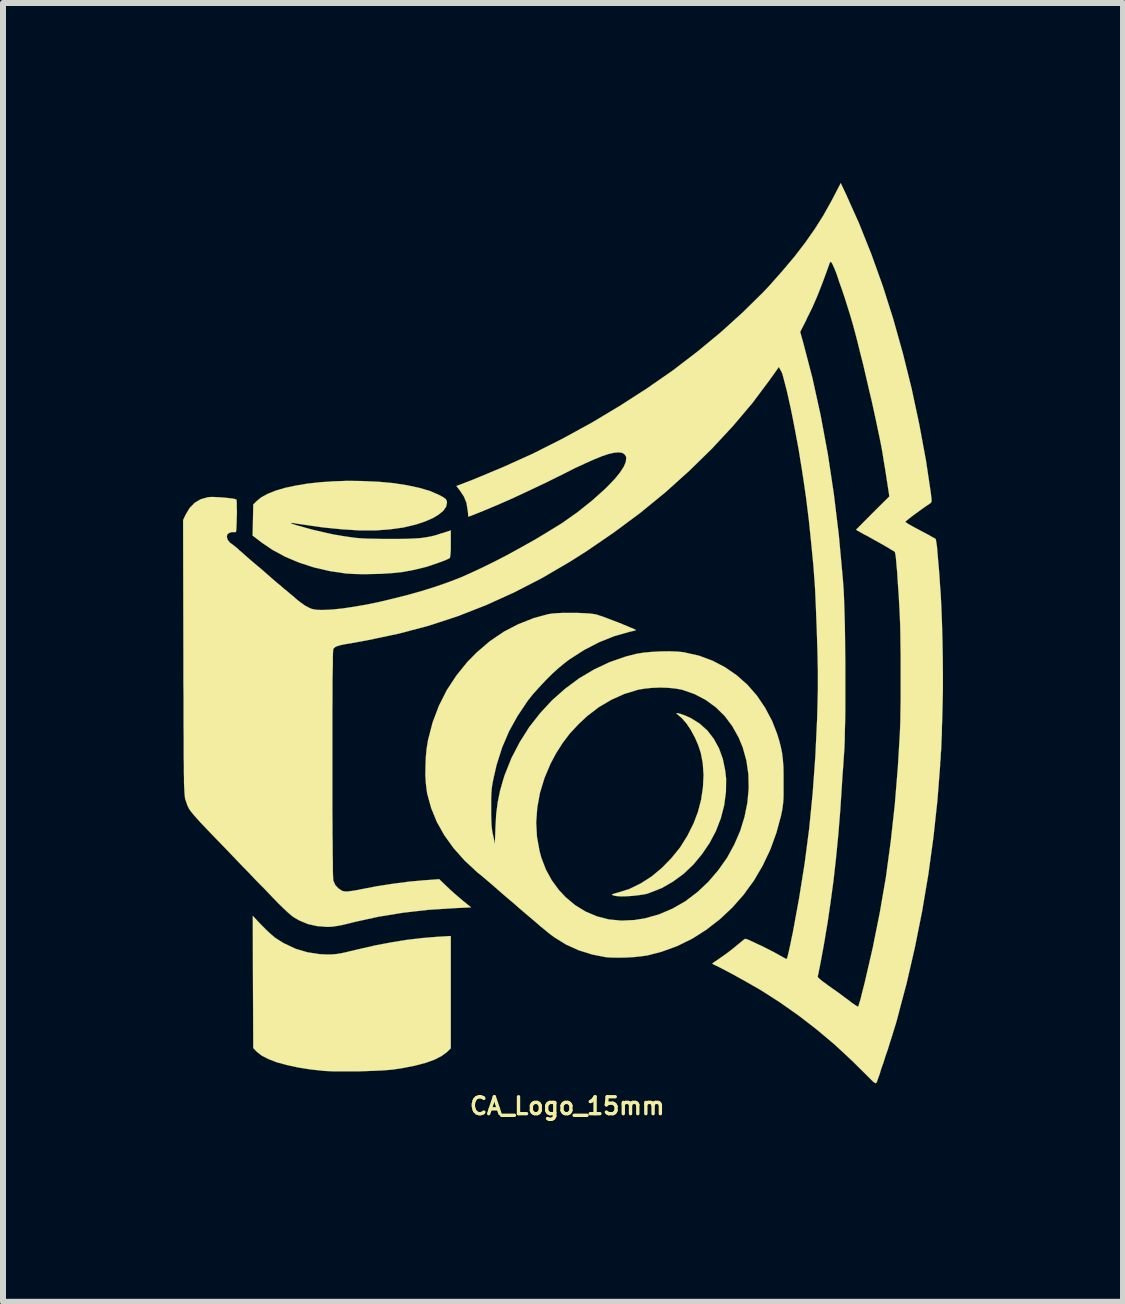
<source format=kicad_pcb>
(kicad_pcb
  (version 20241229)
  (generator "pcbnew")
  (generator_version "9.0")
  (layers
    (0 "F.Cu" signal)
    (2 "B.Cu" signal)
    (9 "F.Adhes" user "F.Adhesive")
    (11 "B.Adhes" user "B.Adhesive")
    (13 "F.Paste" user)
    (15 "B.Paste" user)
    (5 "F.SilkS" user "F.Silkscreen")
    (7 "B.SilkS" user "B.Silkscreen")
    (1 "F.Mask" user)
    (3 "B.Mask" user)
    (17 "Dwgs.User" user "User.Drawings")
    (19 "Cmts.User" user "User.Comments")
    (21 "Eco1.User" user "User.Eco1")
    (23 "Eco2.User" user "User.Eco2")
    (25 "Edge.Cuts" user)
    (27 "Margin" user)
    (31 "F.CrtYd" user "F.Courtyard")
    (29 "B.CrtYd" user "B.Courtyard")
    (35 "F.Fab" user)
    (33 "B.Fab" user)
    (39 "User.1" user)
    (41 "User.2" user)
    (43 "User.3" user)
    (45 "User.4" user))
  (footprint "CA_Logo_15mm"
    (layer "F.Cu")
    (at 6.402 7.469)
    (property "Reference" "CA_Logo_15mm" (at 0 7.91 0) (layer "F.SilkS") (effects (font (size 0.282 0.282) (thickness 0.056))))
    (attr through_hole)
    (fp_poly (pts (xy -1.941 6.949) (xy -2.004 7.01) (xy -2.093 7.076) (xy -2.212 7.137) (xy -2.362 7.191) (xy -2.545 7.239) (xy -2.756 7.28) (xy -2.911 7.303) (xy -2.99 7.31) (xy -3.094 7.318) (xy -3.218 7.323) (xy -3.353 7.328) (xy -3.493 7.333) (xy -3.635 7.333) (xy -3.769 7.333) (xy -3.889 7.333) (xy -3.99 7.328) (xy -4.049 7.325) (xy -4.28 7.3) (xy -4.488 7.267) (xy -4.676 7.226) (xy -4.841 7.181) (xy -4.981 7.127) (xy -5.093 7.069) (xy -5.174 7.005) (xy -5.179 7) (xy -5.232 6.944) (xy -5.237 5.845) (xy -5.24 4.742) (xy -5.103 4.887) (xy -5.014 4.976) (xy -4.938 5.047) (xy -4.869 5.105) (xy -4.798 5.151) (xy -4.724 5.197) (xy -4.719 5.199) (xy -4.524 5.291) (xy -4.326 5.349) (xy -4.122 5.38) (xy -4 5.385) (xy -3.947 5.385) (xy -3.894 5.382) (xy -3.841 5.377) (xy -3.78 5.367) (xy -3.706 5.352) (xy -3.612 5.329) (xy -3.493 5.301) (xy -3.48 5.298) (xy -3.193 5.232) (xy -2.926 5.182) (xy -2.672 5.141) (xy -2.418 5.111) (xy -2.162 5.09) (xy -2.126 5.088) (xy -1.941 5.077) (xy -1.941 6.015) (xy -1.941 6.949)) (stroke (width 0.003) (type solid)) (fill yes) (layer "F.SilkS"))
    (fp_poly (pts (xy 2.647 2.456) (xy 2.644 2.677) (xy 2.614 2.901) (xy 2.558 3.117) (xy 2.477 3.327) (xy 2.372 3.526) (xy 2.245 3.713) (xy 2.103 3.884) (xy 1.941 4.039) (xy 1.765 4.168) (xy 1.577 4.277) (xy 1.377 4.356) (xy 1.326 4.374) (xy 1.26 4.387) (xy 1.173 4.399) (xy 1.079 4.409) (xy 0.983 4.415) (xy 0.897 4.417) (xy 0.828 4.412) (xy 0.805 4.409) (xy 0.762 4.399) (xy 0.744 4.389) (xy 0.757 4.379) (xy 0.798 4.366) (xy 0.843 4.354) (xy 1.036 4.293) (xy 1.224 4.201) (xy 1.407 4.084) (xy 1.577 3.942) (xy 1.735 3.78) (xy 1.88 3.602) (xy 2.002 3.406) (xy 2.106 3.198) (xy 2.177 3.01) (xy 2.23 2.807) (xy 2.261 2.598) (xy 2.271 2.395) (xy 2.258 2.2) (xy 2.225 2.027) (xy 2.182 1.897) (xy 2.126 1.768) (xy 2.06 1.646) (xy 1.989 1.539) (xy 1.915 1.453) (xy 1.869 1.412) (xy 1.836 1.384) (xy 1.819 1.367) (xy 1.819 1.364) (xy 1.836 1.364) (xy 1.88 1.374) (xy 1.933 1.392) (xy 1.994 1.417) (xy 2.052 1.443) (xy 2.062 1.448) (xy 2.207 1.539) (xy 2.334 1.653) (xy 2.441 1.791) (xy 2.527 1.948) (xy 2.591 2.123) (xy 2.631 2.317) (xy 2.647 2.456)) (stroke (width 0.003) (type solid)) (fill yes) (layer "F.SilkS"))
    (fp_poly (pts (xy -1.941 -1.458) (xy -1.941 -1.359) (xy -1.946 -1.288) (xy -1.951 -1.242) (xy -1.958 -1.219) (xy -1.961 -1.219) (xy -1.989 -1.204) (xy -2.04 -1.181) (xy -2.108 -1.156) (xy -2.187 -1.128) (xy -2.268 -1.1) (xy -2.347 -1.074) (xy -2.416 -1.057) (xy -2.581 -1.018) (xy -2.746 -0.988) (xy -2.916 -0.97) (xy -3.099 -0.958) (xy -3.228 -0.955) (xy -3.335 -0.953) (xy -3.444 -0.953) (xy -3.543 -0.955) (xy -3.63 -0.96) (xy -3.686 -0.963) (xy -3.955 -1.003) (xy -4.219 -1.064) (xy -4.468 -1.145) (xy -4.699 -1.242) (xy -4.91 -1.356) (xy -5.09 -1.478) (xy -5.243 -1.595) (xy -5.237 -1.854) (xy -5.232 -2.113) (xy -5.176 -2.169) (xy -5.098 -2.233) (xy -4.991 -2.291) (xy -4.859 -2.344) (xy -4.702 -2.39) (xy -4.524 -2.428) (xy -4.328 -2.461) (xy -4.117 -2.484) (xy -3.894 -2.499) (xy -3.66 -2.507) (xy -3.424 -2.504) (xy -3.15 -2.492) (xy -2.896 -2.469) (xy -2.667 -2.433) (xy -2.466 -2.39) (xy -2.291 -2.339) (xy -2.144 -2.276) (xy -2.068 -2.235) (xy -2.027 -2.205) (xy -2.009 -2.177) (xy -2.004 -2.144) (xy -2.019 -2.075) (xy -2.065 -2.009) (xy -2.141 -1.946) (xy -2.243 -1.885) (xy -2.372 -1.829) (xy -2.525 -1.778) (xy -2.527 -1.778) (xy -2.728 -1.73) (xy -2.951 -1.699) (xy -3.193 -1.681) (xy -3.459 -1.681) (xy -3.747 -1.699) (xy -4.061 -1.73) (xy -4.399 -1.778) (xy -4.468 -1.788) (xy -4.529 -1.798) (xy -4.577 -1.806) (xy -4.603 -1.806) (xy -4.608 -1.806) (xy -4.597 -1.798) (xy -4.562 -1.783) (xy -4.503 -1.765) (xy -4.43 -1.745) (xy -4.343 -1.72) (xy -4.249 -1.694) (xy -4.15 -1.671) (xy -4.054 -1.649) (xy -3.96 -1.628) (xy -3.879 -1.61) (xy -3.843 -1.605) (xy -3.726 -1.585) (xy -3.622 -1.57) (xy -3.528 -1.557) (xy -3.432 -1.549) (xy -3.33 -1.544) (xy -3.213 -1.542) (xy -3.081 -1.539) (xy -2.951 -1.539) (xy -2.789 -1.539) (xy -2.652 -1.542) (xy -2.535 -1.547) (xy -2.436 -1.554) (xy -2.349 -1.567) (xy -2.266 -1.582) (xy -2.184 -1.603) (xy -2.101 -1.631) (xy -2.073 -1.638) (xy -1.941 -1.681) (xy -1.941 -1.458)) (stroke (width 0.003) (type solid)) (fill yes) (layer "F.SilkS"))
    (fp_poly (pts (xy 3.604 2.629) (xy 3.604 2.723) (xy 3.602 2.799) (xy 3.597 2.863) (xy 3.589 2.921) (xy 3.581 2.979) (xy 3.566 3.046) (xy 3.564 3.063) (xy 3.485 3.355) (xy 3.383 3.637) (xy 3.256 3.904) (xy 3.109 4.155) (xy 3.023 4.272) (xy 3.023 2.616) (xy 3.018 2.382) (xy 2.985 2.154) (xy 2.924 1.935) (xy 2.857 1.773) (xy 2.751 1.582) (xy 2.624 1.412) (xy 2.474 1.265) (xy 2.306 1.143) (xy 2.121 1.046) (xy 1.918 0.975) (xy 1.814 0.955) (xy 1.689 0.942) (xy 1.552 0.937) (xy 1.415 0.942) (xy 1.288 0.955) (xy 1.181 0.973) (xy 0.95 1.044) (xy 0.734 1.141) (xy 0.528 1.262) (xy 0.335 1.41) (xy 0.188 1.547) (xy 0.043 1.702) (xy -0.076 1.859) (xy -0.185 2.03) (xy -0.277 2.202) (xy -0.379 2.443) (xy -0.455 2.692) (xy -0.5 2.939) (xy -0.518 3.183) (xy -0.505 3.424) (xy -0.462 3.66) (xy -0.432 3.772) (xy -0.356 3.97) (xy -0.259 4.148) (xy -0.14 4.31) (xy -0.028 4.43) (xy 0.132 4.564) (xy 0.307 4.671) (xy 0.495 4.75) (xy 0.693 4.801) (xy 0.902 4.821) (xy 1.118 4.811) (xy 1.293 4.783) (xy 1.529 4.717) (xy 1.755 4.62) (xy 1.971 4.496) (xy 2.174 4.341) (xy 2.349 4.176) (xy 2.517 3.98) (xy 2.664 3.772) (xy 2.784 3.551) (xy 2.883 3.322) (xy 2.954 3.091) (xy 3.002 2.852) (xy 3.023 2.616) (xy 3.023 4.272) (xy 2.939 4.389) (xy 2.748 4.605) (xy 2.542 4.798) (xy 2.319 4.971) (xy 2.083 5.121) (xy 1.831 5.245) (xy 1.572 5.339) (xy 1.339 5.4) (xy 1.234 5.415) (xy 1.113 5.428) (xy 0.98 5.436) (xy 0.853 5.438) (xy 0.734 5.436) (xy 0.65 5.431) (xy 0.414 5.385) (xy 0.188 5.314) (xy -0.025 5.217) (xy -0.221 5.095) (xy -0.292 5.042) (xy -0.32 5.019) (xy -0.345 4.999) (xy -0.373 4.976) (xy -0.404 4.95) (xy -0.439 4.923) (xy -0.483 4.884) (xy -0.538 4.836) (xy -0.607 4.778) (xy -0.691 4.707) (xy -0.795 4.618) (xy -0.917 4.511) (xy -0.96 4.476) (xy -1.064 4.387) (xy -1.166 4.298) (xy -1.262 4.214) (xy -1.351 4.138) (xy -1.427 4.074) (xy -1.486 4.026) (xy -1.499 4.016) (xy -1.712 3.818) (xy -1.895 3.612) (xy -2.05 3.396) (xy -2.174 3.175) (xy -2.268 2.944) (xy -2.334 2.705) (xy -2.344 2.636) (xy -2.357 2.525) (xy -2.365 2.393) (xy -2.362 2.248) (xy -2.357 2.101) (xy -2.344 1.961) (xy -2.324 1.836) (xy -2.319 1.808) (xy -2.243 1.516) (xy -2.139 1.242) (xy -2.009 0.983) (xy -1.849 0.739) (xy -1.664 0.51) (xy -1.506 0.35) (xy -1.29 0.165) (xy -1.059 0.008) (xy -0.815 -0.119) (xy -0.556 -0.221) (xy -0.323 -0.284) (xy -0.257 -0.295) (xy -0.17 -0.302) (xy -0.066 -0.307) (xy 0.046 -0.307) (xy 0.16 -0.307) (xy 0.269 -0.302) (xy 0.368 -0.297) (xy 0.447 -0.287) (xy 0.488 -0.279) (xy 0.531 -0.264) (xy 0.594 -0.244) (xy 0.668 -0.216) (xy 0.749 -0.185) (xy 0.836 -0.152) (xy 0.919 -0.119) (xy 0.998 -0.086) (xy 1.064 -0.058) (xy 1.113 -0.038) (xy 1.141 -0.023) (xy 1.145 -0.02) (xy 1.128 -0.013) (xy 1.087 -0.003) (xy 1.039 0.008) (xy 0.782 0.081) (xy 0.528 0.183) (xy 0.279 0.312) (xy 0.038 0.467) (xy -0.036 0.523) (xy -0.137 0.605) (xy -0.249 0.706) (xy -0.363 0.82) (xy -0.475 0.94) (xy -0.577 1.054) (xy -0.658 1.156) (xy -0.828 1.41) (xy -0.97 1.666) (xy -1.085 1.935) (xy -1.176 2.22) (xy -1.224 2.428) (xy -1.24 2.504) (xy -1.252 2.571) (xy -1.26 2.636) (xy -1.265 2.71) (xy -1.268 2.796) (xy -1.268 2.903) (xy -1.268 2.936) (xy -1.268 3.056) (xy -1.265 3.152) (xy -1.262 3.228) (xy -1.255 3.297) (xy -1.245 3.36) (xy -1.237 3.393) (xy -1.206 3.543) (xy -1.196 3.259) (xy -1.184 3.043) (xy -1.158 2.845) (xy -1.12 2.657) (xy -1.064 2.461) (xy -1.041 2.39) (xy -0.93 2.113) (xy -0.792 1.847) (xy -0.635 1.598) (xy -0.452 1.364) (xy -0.252 1.148) (xy -0.033 0.955) (xy 0.196 0.785) (xy 0.445 0.637) (xy 0.701 0.516) (xy 0.97 0.422) (xy 1.148 0.376) (xy 1.268 0.356) (xy 1.407 0.343) (xy 1.554 0.335) (xy 1.702 0.333) (xy 1.836 0.338) (xy 1.953 0.35) (xy 1.958 0.353) (xy 2.195 0.406) (xy 2.421 0.49) (xy 2.629 0.599) (xy 2.825 0.734) (xy 3.002 0.891) (xy 3.16 1.072) (xy 3.297 1.275) (xy 3.414 1.496) (xy 3.495 1.704) (xy 3.531 1.819) (xy 3.558 1.925) (xy 3.579 2.027) (xy 3.592 2.136) (xy 3.602 2.256) (xy 3.604 2.395) (xy 3.604 2.51) (xy 3.604 2.629)) (stroke (width 0.003) (type solid)) (fill yes) (layer "F.SilkS"))
    (fp_poly (pts (xy 6.259 0.693) (xy 6.259 0.973) (xy 6.253 1.237) (xy 6.251 1.318) (xy 6.248 1.455) (xy 6.243 1.585) (xy 6.241 1.707) (xy 6.236 1.811) (xy 6.233 1.897) (xy 6.231 1.958) (xy 6.228 1.994) (xy 6.228 1.996) (xy 6.223 2.047) (xy 6.221 2.118) (xy 6.213 2.197) (xy 6.213 2.233) (xy 6.167 2.825) (xy 6.101 3.432) (xy 6.017 4.046) (xy 5.913 4.663) (xy 5.791 5.273) (xy 5.654 5.867) (xy 5.555 6.238) (xy 5.555 0.775) (xy 5.555 0.582) (xy 5.555 0.391) (xy 5.552 0.208) (xy 5.55 0.041) (xy 5.547 -0.104) (xy 5.542 -0.231) (xy 5.54 -0.274) (xy 5.532 -0.429) (xy 5.524 -0.582) (xy 5.514 -0.726) (xy 5.504 -0.866) (xy 5.497 -0.991) (xy 5.486 -1.102) (xy 5.479 -1.194) (xy 5.471 -1.262) (xy 5.463 -1.306) (xy 5.458 -1.321) (xy 5.441 -1.336) (xy 5.397 -1.361) (xy 5.342 -1.395) (xy 5.273 -1.435) (xy 5.268 -1.438) (xy 5.182 -1.486) (xy 5.09 -1.537) (xy 5.006 -1.585) (xy 4.95 -1.613) (xy 4.811 -1.692) (xy 5.088 -1.971) (xy 5.367 -2.248) (xy 5.319 -2.558) (xy 5.296 -2.708) (xy 5.273 -2.842) (xy 5.253 -2.972) (xy 5.23 -3.096) (xy 5.205 -3.223) (xy 5.176 -3.358) (xy 5.146 -3.503) (xy 5.111 -3.665) (xy 5.07 -3.851) (xy 5.034 -4) (xy 4.978 -4.242) (xy 4.928 -4.458) (xy 4.879 -4.648) (xy 4.836 -4.824) (xy 4.795 -4.981) (xy 4.755 -5.128) (xy 4.714 -5.268) (xy 4.671 -5.405) (xy 4.628 -5.542) (xy 4.58 -5.687) (xy 4.526 -5.837) (xy 4.524 -5.847) (xy 4.486 -5.959) (xy 4.453 -6.043) (xy 4.427 -6.101) (xy 4.409 -6.137) (xy 4.392 -6.154) (xy 4.387 -6.157) (xy 4.376 -6.144) (xy 4.361 -6.104) (xy 4.341 -6.048) (xy 4.316 -5.979) (xy 4.249 -5.796) (xy 4.171 -5.598) (xy 4.084 -5.397) (xy 3.99 -5.207) (xy 3.983 -5.189) (xy 3.881 -4.989) (xy 3.929 -4.818) (xy 4.084 -4.224) (xy 4.221 -3.602) (xy 4.341 -2.957) (xy 4.442 -2.286) (xy 4.526 -1.59) (xy 4.592 -0.869) (xy 4.605 -0.693) (xy 4.61 -0.584) (xy 4.615 -0.45) (xy 4.62 -0.292) (xy 4.625 -0.114) (xy 4.628 0.076) (xy 4.63 0.279) (xy 4.633 0.488) (xy 4.633 0.701) (xy 4.633 0.912) (xy 4.633 1.12) (xy 4.633 1.318) (xy 4.63 1.504) (xy 4.625 1.674) (xy 4.623 1.821) (xy 4.618 1.946) (xy 4.613 2.019) (xy 4.605 2.136) (xy 4.597 2.261) (xy 4.587 2.388) (xy 4.58 2.499) (xy 4.577 2.548) (xy 4.549 2.982) (xy 4.516 3.391) (xy 4.478 3.777) (xy 4.437 4.145) (xy 4.389 4.501) (xy 4.338 4.851) (xy 4.308 5.027) (xy 4.29 5.138) (xy 4.27 5.253) (xy 4.249 5.367) (xy 4.229 5.474) (xy 4.211 5.57) (xy 4.194 5.652) (xy 4.183 5.713) (xy 4.173 5.748) (xy 4.178 5.766) (xy 4.204 5.791) (xy 4.249 5.829) (xy 4.321 5.88) (xy 4.336 5.893) (xy 4.422 5.954) (xy 4.519 6.022) (xy 4.613 6.093) (xy 4.674 6.137) (xy 4.735 6.185) (xy 4.788 6.221) (xy 4.826 6.246) (xy 4.846 6.253) (xy 4.849 6.253) (xy 4.854 6.236) (xy 4.867 6.192) (xy 4.887 6.127) (xy 4.907 6.043) (xy 4.933 5.944) (xy 4.955 5.857) (xy 5.09 5.273) (xy 5.207 4.689) (xy 5.309 4.1) (xy 5.39 3.5) (xy 5.458 2.885) (xy 5.509 2.253) (xy 5.54 1.735) (xy 5.545 1.626) (xy 5.55 1.488) (xy 5.552 1.328) (xy 5.555 1.156) (xy 5.555 0.968) (xy 5.555 0.775) (xy 5.555 6.238) (xy 5.502 6.441) (xy 5.492 6.479) (xy 5.471 6.551) (xy 5.443 6.64) (xy 5.413 6.739) (xy 5.377 6.85) (xy 5.342 6.965) (xy 5.303 7.076) (xy 5.268 7.188) (xy 5.232 7.287) (xy 5.205 7.379) (xy 5.179 7.45) (xy 5.161 7.501) (xy 5.149 7.526) (xy 5.136 7.529) (xy 5.105 7.511) (xy 5.062 7.47) (xy 5.039 7.447) (xy 4.745 7.155) (xy 4.455 6.886) (xy 4.163 6.64) (xy 3.863 6.408) (xy 3.554 6.19) (xy 3.274 6.01) (xy 3.195 5.961) (xy 3.096 5.905) (xy 2.987 5.842) (xy 2.873 5.779) (xy 2.758 5.715) (xy 2.652 5.659) (xy 2.56 5.611) (xy 2.489 5.575) (xy 2.487 5.575) (xy 2.446 5.555) (xy 2.421 5.54) (xy 2.416 5.535) (xy 2.431 5.524) (xy 2.466 5.499) (xy 2.517 5.466) (xy 2.558 5.436) (xy 2.636 5.382) (xy 2.72 5.319) (xy 2.796 5.258) (xy 2.817 5.24) (xy 2.87 5.197) (xy 2.916 5.159) (xy 2.949 5.133) (xy 2.959 5.126) (xy 2.977 5.126) (xy 3.02 5.141) (xy 3.081 5.169) (xy 3.157 5.205) (xy 3.244 5.245) (xy 3.335 5.291) (xy 3.429 5.339) (xy 3.518 5.387) (xy 3.548 5.405) (xy 3.599 5.433) (xy 3.637 5.453) (xy 3.655 5.461) (xy 3.66 5.453) (xy 3.668 5.428) (xy 3.68 5.382) (xy 3.696 5.314) (xy 3.716 5.222) (xy 3.741 5.1) (xy 3.757 5.027) (xy 3.863 4.447) (xy 3.955 3.871) (xy 4.031 3.289) (xy 4.089 2.7) (xy 4.133 2.093) (xy 4.163 1.466) (xy 4.168 1.29) (xy 4.171 1.173) (xy 4.173 1.064) (xy 4.176 0.965) (xy 4.176 0.869) (xy 4.176 0.772) (xy 4.176 0.671) (xy 4.173 0.561) (xy 4.171 0.445) (xy 4.168 0.31) (xy 4.163 0.16) (xy 4.158 -0.01) (xy 4.15 -0.208) (xy 4.143 -0.394) (xy 4.128 -0.729) (xy 4.102 -1.085) (xy 4.066 -1.46) (xy 4.026 -1.847) (xy 3.978 -2.235) (xy 3.937 -2.517) (xy 3.912 -2.68) (xy 3.884 -2.852) (xy 3.856 -3.028) (xy 3.823 -3.205) (xy 3.79 -3.381) (xy 3.757 -3.551) (xy 3.724 -3.713) (xy 3.691 -3.863) (xy 3.66 -4) (xy 3.63 -4.117) (xy 3.604 -4.216) (xy 3.584 -4.29) (xy 3.564 -4.336) (xy 3.561 -4.338) (xy 3.526 -4.404) (xy 3.378 -4.196) (xy 3.086 -3.805) (xy 2.761 -3.421) (xy 2.41 -3.043) (xy 2.034 -2.675) (xy 1.636 -2.317) (xy 1.217 -1.974) (xy 0.775 -1.646) (xy 0.318 -1.333) (xy 0.033 -1.153) (xy -0.424 -0.886) (xy -0.886 -0.648) (xy -1.351 -0.437) (xy -1.824 -0.252) (xy -2.306 -0.094) (xy -2.804 0.038) (xy -3.32 0.147) (xy -3.627 0.203) (xy -3.721 0.218) (xy -3.79 0.234) (xy -3.838 0.249) (xy -3.868 0.264) (xy -3.889 0.282) (xy -3.899 0.297) (xy -3.901 0.318) (xy -3.904 0.368) (xy -3.906 0.445) (xy -3.906 0.546) (xy -3.909 0.668) (xy -3.912 0.81) (xy -3.912 0.97) (xy -3.912 1.145) (xy -3.914 1.333) (xy -3.914 1.532) (xy -3.914 1.737) (xy -3.914 1.948) (xy -3.914 2.162) (xy -3.914 2.377) (xy -3.914 2.591) (xy -3.914 2.799) (xy -3.914 3.002) (xy -3.912 3.198) (xy -3.912 3.381) (xy -3.909 3.548) (xy -3.909 3.703) (xy -3.906 3.838) (xy -3.906 3.952) (xy -3.904 4.046) (xy -3.901 4.112) (xy -3.899 4.15) (xy -3.896 4.158) (xy -3.866 4.227) (xy -3.815 4.282) (xy -3.754 4.323) (xy -3.719 4.333) (xy -3.668 4.336) (xy -3.589 4.326) (xy -3.48 4.308) (xy -3.459 4.303) (xy -3.18 4.249) (xy -2.903 4.206) (xy -2.634 4.171) (xy -2.38 4.148) (xy -2.301 4.143) (xy -2.134 4.13) (xy -2.017 4.242) (xy -1.956 4.3) (xy -1.88 4.369) (xy -1.801 4.437) (xy -1.753 4.478) (xy -1.603 4.6) (xy -1.88 4.613) (xy -2.317 4.641) (xy -2.736 4.689) (xy -3.142 4.755) (xy -3.526 4.839) (xy -3.645 4.869) (xy -3.741 4.892) (xy -3.818 4.907) (xy -3.881 4.917) (xy -3.937 4.923) (xy -3.99 4.925) (xy -4.006 4.925) (xy -4.168 4.912) (xy -4.318 4.879) (xy -4.465 4.818) (xy -4.506 4.795) (xy -4.544 4.773) (xy -4.585 4.745) (xy -4.628 4.709) (xy -4.679 4.663) (xy -4.74 4.605) (xy -4.813 4.534) (xy -4.902 4.442) (xy -5.006 4.333) (xy -5.044 4.293) (xy -5.116 4.221) (xy -5.202 4.133) (xy -5.301 4.028) (xy -5.408 3.919) (xy -5.517 3.805) (xy -5.624 3.693) (xy -5.684 3.63) (xy -5.817 3.493) (xy -5.928 3.378) (xy -6.02 3.282) (xy -6.098 3.2) (xy -6.16 3.132) (xy -6.21 3.076) (xy -6.248 3.03) (xy -6.279 2.992) (xy -6.302 2.957) (xy -6.317 2.926) (xy -6.332 2.896) (xy -6.342 2.863) (xy -6.355 2.827) (xy -6.358 2.817) (xy -6.363 2.804) (xy -6.368 2.789) (xy -6.37 2.771) (xy -6.373 2.748) (xy -6.375 2.723) (xy -6.378 2.687) (xy -6.38 2.644) (xy -6.383 2.588) (xy -6.386 2.522) (xy -6.386 2.441) (xy -6.388 2.344) (xy -6.388 2.233) (xy -6.391 2.101) (xy -6.391 1.951) (xy -6.391 1.778) (xy -6.393 1.582) (xy -6.393 1.361) (xy -6.393 1.115) (xy -6.396 0.838) (xy -6.396 0.533) (xy -6.396 0.432) (xy -6.401 -1.854) (xy -6.36 -1.941) (xy -6.292 -2.055) (xy -6.208 -2.141) (xy -6.109 -2.2) (xy -5.992 -2.233) (xy -5.946 -2.238) (xy -5.893 -2.238) (xy -5.824 -2.235) (xy -5.748 -2.23) (xy -5.672 -2.223) (xy -5.603 -2.215) (xy -5.55 -2.207) (xy -5.517 -2.197) (xy -5.514 -2.195) (xy -5.509 -2.177) (xy -5.507 -2.134) (xy -5.507 -2.068) (xy -5.504 -1.986) (xy -5.507 -1.915) (xy -5.509 -1.816) (xy -5.512 -1.745) (xy -5.514 -1.699) (xy -5.517 -1.669) (xy -5.524 -1.656) (xy -5.532 -1.651) (xy -5.542 -1.653) (xy -5.593 -1.653) (xy -5.639 -1.636) (xy -5.667 -1.61) (xy -5.672 -1.57) (xy -5.657 -1.522) (xy -5.621 -1.478) (xy -5.601 -1.463) (xy -5.573 -1.443) (xy -5.527 -1.407) (xy -5.476 -1.364) (xy -5.469 -1.354) (xy -5.428 -1.321) (xy -5.37 -1.268) (xy -5.296 -1.204) (xy -5.21 -1.13) (xy -5.116 -1.052) (xy -5.022 -0.97) (xy -4.93 -0.889) (xy -4.844 -0.815) (xy -4.768 -0.752) (xy -4.707 -0.699) (xy -4.671 -0.671) (xy -4.62 -0.627) (xy -4.559 -0.577) (xy -4.501 -0.526) (xy -4.496 -0.521) (xy -4.435 -0.475) (xy -4.371 -0.429) (xy -4.313 -0.399) (xy -4.31 -0.396) (xy -4.265 -0.376) (xy -4.224 -0.366) (xy -4.176 -0.358) (xy -4.112 -0.356) (xy -4.056 -0.356) (xy -3.912 -0.363) (xy -3.741 -0.381) (xy -3.554 -0.409) (xy -3.345 -0.445) (xy -3.127 -0.49) (xy -2.903 -0.544) (xy -2.672 -0.602) (xy -2.446 -0.665) (xy -2.223 -0.734) (xy -2.009 -0.808) (xy -1.941 -0.833) (xy -1.783 -0.894) (xy -1.605 -0.973) (xy -1.41 -1.064) (xy -1.199 -1.168) (xy -0.983 -1.28) (xy -0.762 -1.402) (xy -0.541 -1.526) (xy -0.379 -1.623) (xy -0.086 -1.803) (xy 0.173 -1.986) (xy 0.406 -2.172) (xy 0.617 -2.36) (xy 0.681 -2.423) (xy 0.795 -2.542) (xy 0.881 -2.649) (xy 0.942 -2.743) (xy 0.975 -2.822) (xy 0.983 -2.888) (xy 0.978 -2.913) (xy 0.953 -2.951) (xy 0.914 -2.974) (xy 0.861 -2.982) (xy 0.787 -2.977) (xy 0.696 -2.957) (xy 0.587 -2.921) (xy 0.455 -2.868) (xy 0.3 -2.799) (xy 0.119 -2.715) (xy -0.046 -2.631) (xy -0.353 -2.479) (xy -0.648 -2.339) (xy -0.925 -2.21) (xy -1.181 -2.098) (xy -1.399 -2.007) (xy -1.481 -1.974) (xy -1.549 -1.946) (xy -1.605 -1.925) (xy -1.638 -1.913) (xy -1.646 -1.91) (xy -1.651 -1.923) (xy -1.653 -1.963) (xy -1.659 -2.017) (xy -1.661 -2.024) (xy -1.679 -2.139) (xy -1.722 -2.245) (xy -1.791 -2.349) (xy -1.798 -2.357) (xy -1.847 -2.421) (xy -1.575 -2.525) (xy -1.069 -2.736) (xy -0.569 -2.962) (xy -0.076 -3.211) (xy 0.401 -3.472) (xy 0.869 -3.752) (xy 1.323 -4.044) (xy 1.758 -4.346) (xy 2.169 -4.661) (xy 2.56 -4.984) (xy 2.924 -5.314) (xy 3.261 -5.646) (xy 3.358 -5.748) (xy 3.581 -6) (xy 3.782 -6.238) (xy 3.962 -6.472) (xy 4.122 -6.7) (xy 4.267 -6.929) (xy 4.399 -7.165) (xy 4.437 -7.237) (xy 4.557 -7.468) (xy 4.648 -7.275) (xy 4.864 -6.792) (xy 5.067 -6.284) (xy 5.258 -5.751) (xy 5.433 -5.199) (xy 5.593 -4.628) (xy 5.738 -4.044) (xy 5.865 -3.449) (xy 5.977 -2.845) (xy 6.038 -2.438) (xy 6.053 -2.337) (xy 6.063 -2.263) (xy 6.068 -2.212) (xy 6.071 -2.177) (xy 6.068 -2.156) (xy 6.06 -2.144) (xy 6.053 -2.136) (xy 6.05 -2.134) (xy 5.974 -2.083) (xy 5.895 -2.027) (xy 5.822 -1.974) (xy 5.753 -1.923) (xy 5.697 -1.88) (xy 5.657 -1.847) (xy 5.636 -1.826) (xy 5.634 -1.821) (xy 5.649 -1.811) (xy 5.687 -1.786) (xy 5.745 -1.753) (xy 5.817 -1.714) (xy 5.883 -1.679) (xy 5.961 -1.638) (xy 6.032 -1.6) (xy 6.088 -1.567) (xy 6.127 -1.547) (xy 6.139 -1.537) (xy 6.144 -1.516) (xy 6.152 -1.468) (xy 6.162 -1.395) (xy 6.17 -1.295) (xy 6.18 -1.179) (xy 6.192 -1.044) (xy 6.203 -0.897) (xy 6.213 -0.739) (xy 6.221 -0.645) (xy 6.233 -0.411) (xy 6.243 -0.15) (xy 6.251 0.122) (xy 6.256 0.406) (xy 6.259 0.693)) (stroke (width 0.003) (type solid)) (fill yes) (layer "F.SilkS")))
  (gr_rect
    (start -3 -3)
    (end 15.662 18.641)
    (stroke (width 0.1) (type default))
    (fill no)
    (layer "Edge.Cuts")))
</source>
